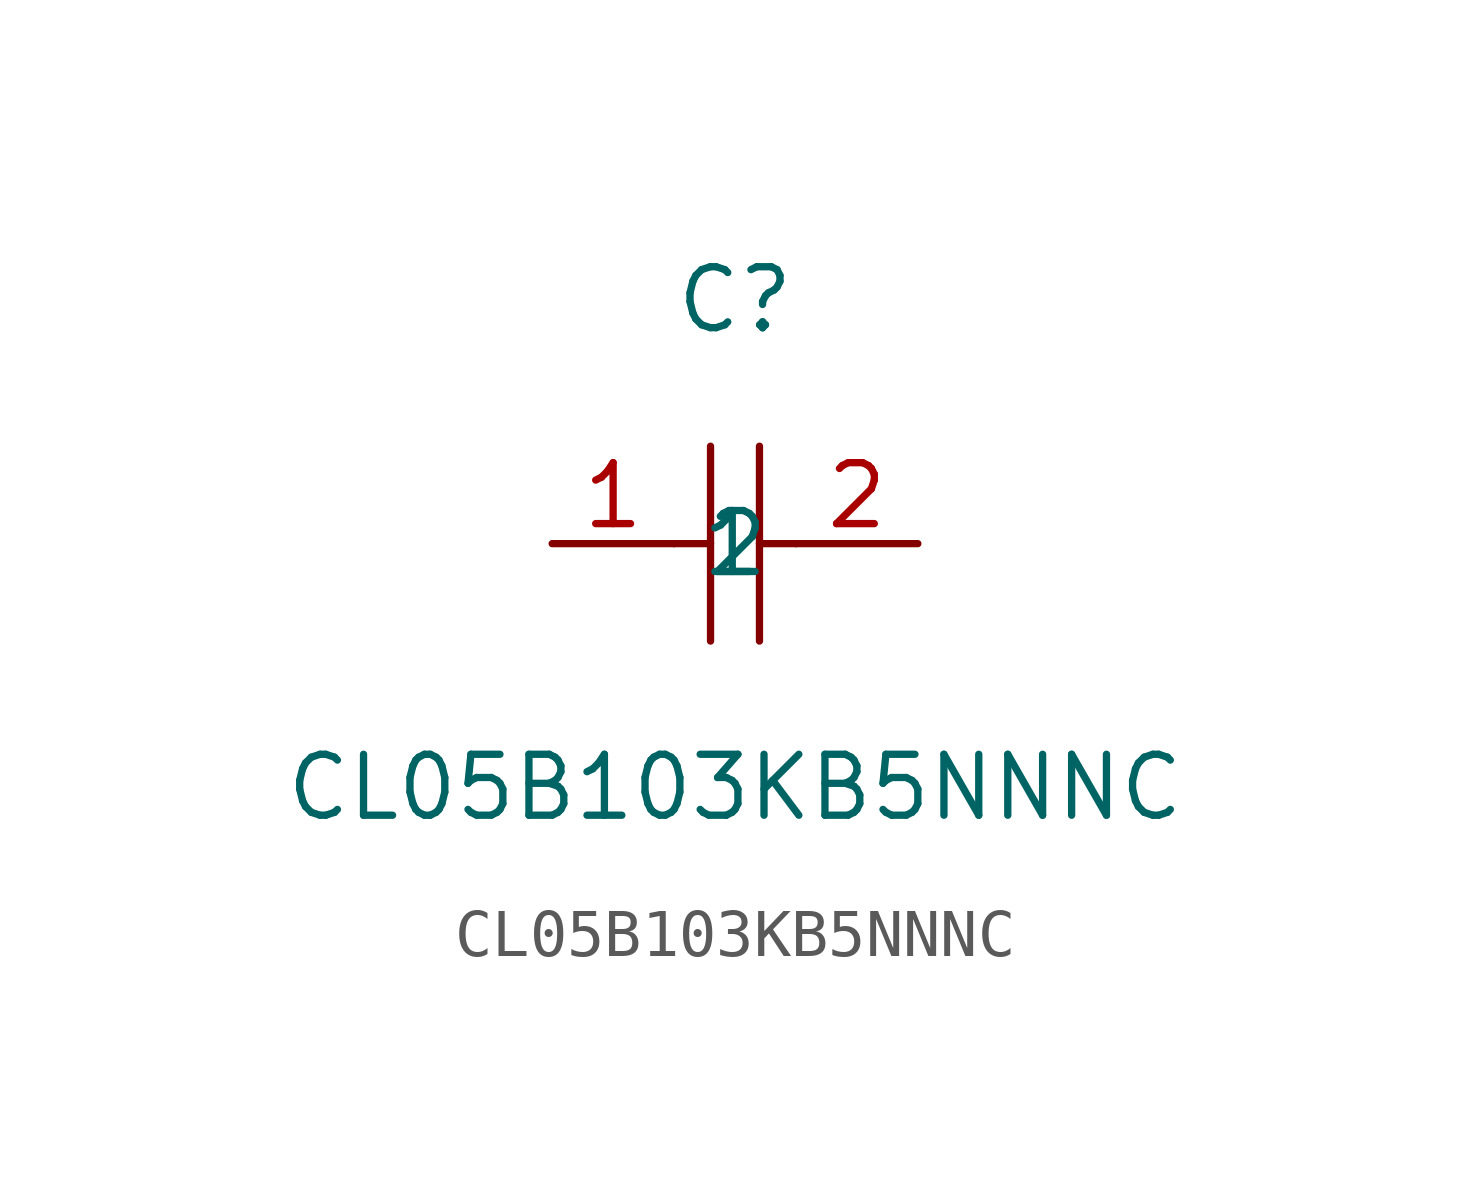
<source format=kicad_sym>
(kicad_symbol_lib
  (version 20211014)
  (generator https://github.com/uPesy/easyeda2kicad.py)
  (symbol "CL05B103KB5NNNC"
    (property "Reference" "C"
      (at 0 5.08 0)
      (effects (font (size 1.27 1.27))))
    (property "Value" "CL05B103KB5NNNC"
      (at 0 -5.08 0)
      (effects (font (size 1.27 1.27))))
    (symbol "CL05B103KB5NNNC_0_1"
      (polyline (pts (xy -0.51 2.03) (xy -0.51 -2.03)) (stroke (width 0) (type default) (color 0 0 0 0)) (fill (type none)))
      (polyline (pts (xy 0.51 2.03) (xy 0.51 -2.03)) (stroke (width 0) (type default) (color 0 0 0 0)) (fill (type none)))
      (polyline (pts (xy -1.27 -0.00) (xy -0.51 -0.00)) (stroke (width 0) (type default) (color 0 0 0 0)) (fill (type none)))
      (polyline (pts (xy 0.51 -0.00) (xy 1.27 -0.00)) (stroke (width 0) (type default) (color 0 0 0 0)) (fill (type none)))
      (pin input line (at -3.81 -0.00 0) (length 2.54) (name "1" (effects (font (size 1.27 1.27)))) (number "1" (effects (font (size 1.27 1.27)))))
      (pin input line (at 3.81 -0.00 180) (length 2.54) (name "2" (effects (font (size 1.27 1.27)))) (number "2" (effects (font (size 1.27 1.27))))))))
</source>
